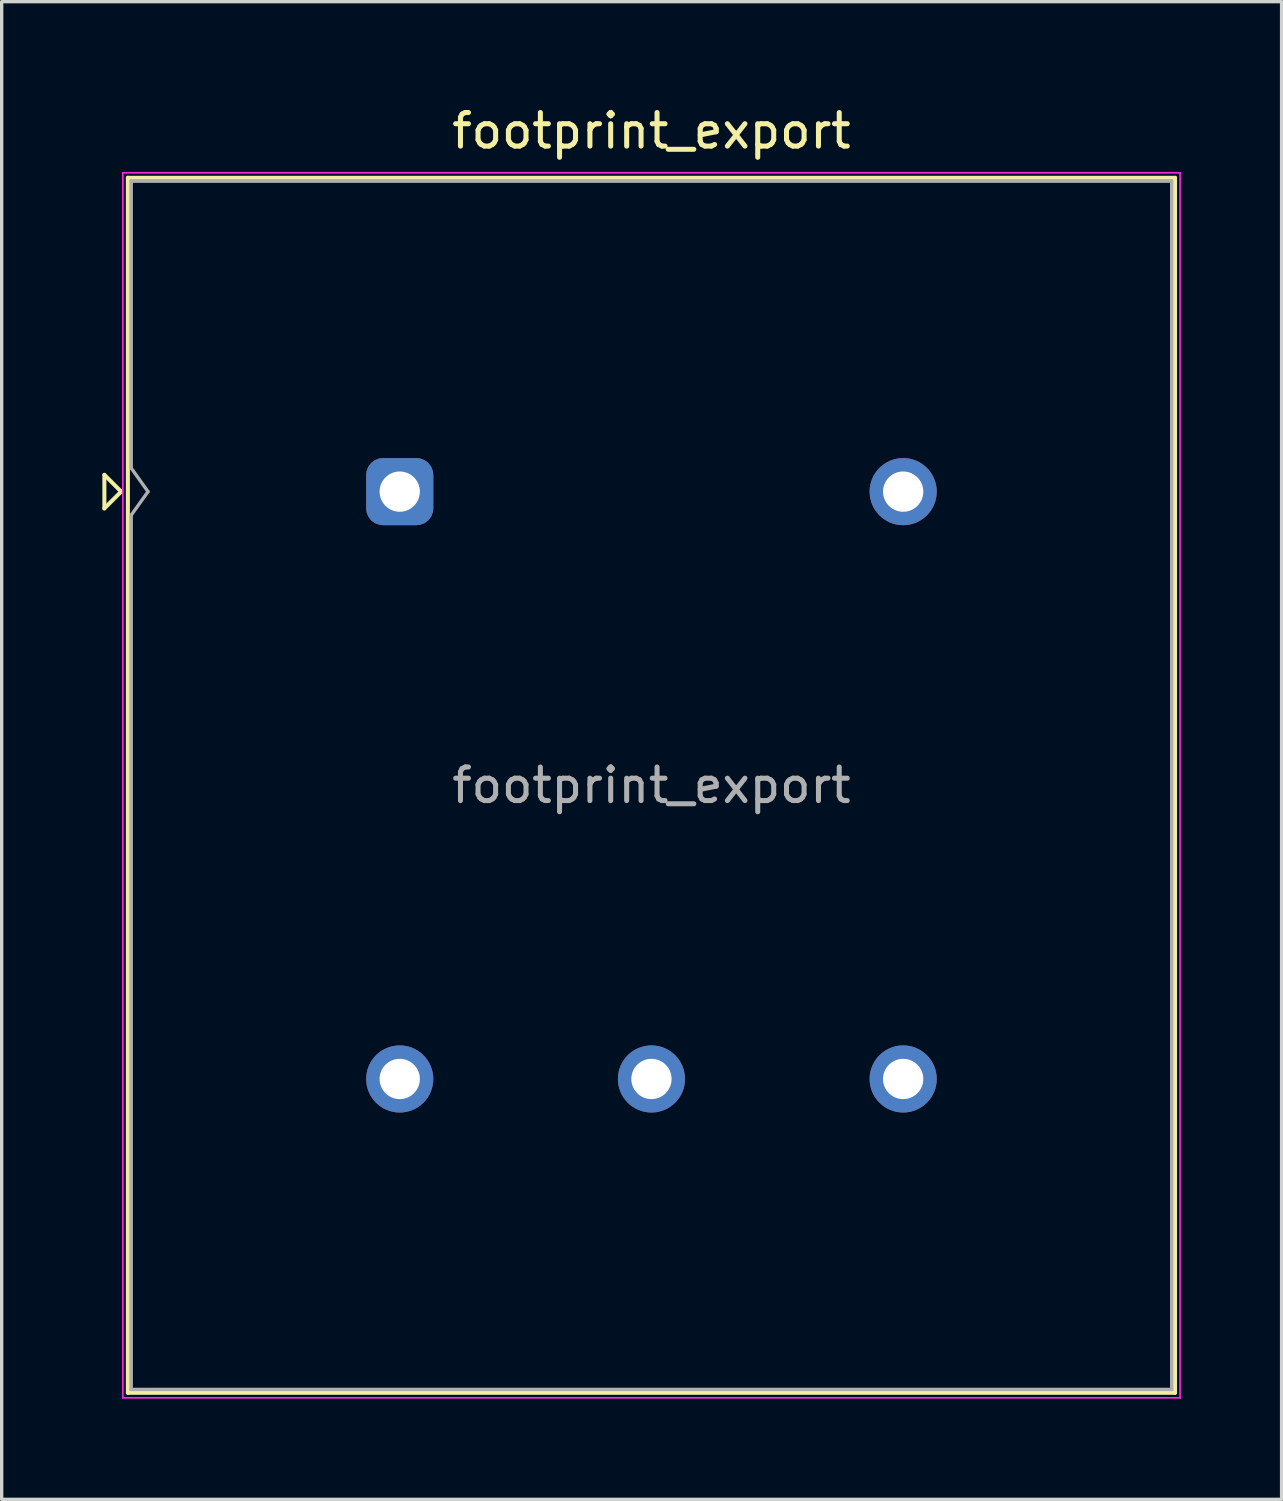
<source format=kicad_pcb>
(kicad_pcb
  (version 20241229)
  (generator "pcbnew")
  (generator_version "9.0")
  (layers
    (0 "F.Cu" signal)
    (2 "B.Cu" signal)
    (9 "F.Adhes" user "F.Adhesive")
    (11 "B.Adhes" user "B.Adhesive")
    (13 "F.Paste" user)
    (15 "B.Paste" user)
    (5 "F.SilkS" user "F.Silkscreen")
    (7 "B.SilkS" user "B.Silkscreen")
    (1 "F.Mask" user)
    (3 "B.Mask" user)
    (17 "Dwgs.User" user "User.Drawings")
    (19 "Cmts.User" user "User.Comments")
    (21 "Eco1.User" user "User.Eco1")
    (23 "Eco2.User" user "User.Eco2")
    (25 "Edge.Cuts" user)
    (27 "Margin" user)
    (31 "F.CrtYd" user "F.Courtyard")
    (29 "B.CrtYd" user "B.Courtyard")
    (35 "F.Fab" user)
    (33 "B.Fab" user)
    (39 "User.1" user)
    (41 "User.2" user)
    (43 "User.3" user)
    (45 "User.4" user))
  (footprint "footprint_export"
    (layer "F.Cu")
    (at 8.86 11.598)
    (property "Reference" "footprint_export" (at 7.5 -10.75 0) (layer "F.SilkS") (effects (font (size 1 1) (thickness 0.15))))
    (attr through_hole)
    (fp_line (start -8.8 -0.5) (end -8.3 0) (stroke (width 0.12) (type solid)) (layer "F.SilkS"))
    (fp_line (start -8.8 0.5) (end -8.8 -0.5) (stroke (width 0.12) (type solid)) (layer "F.SilkS"))
    (fp_line (start -8.3 0) (end -8.8 0.5) (stroke (width 0.12) (type solid)) (layer "F.SilkS"))
    (fp_line (start -8.1 -9.35) (end 23.1 -9.35) (stroke (width 0.12) (type solid)) (layer "F.SilkS"))
    (fp_line (start -8.1 26.85) (end -8.1 -9.35) (stroke (width 0.12) (type solid)) (layer "F.SilkS"))
    (fp_line (start 23.1 -9.35) (end 23.1 26.85) (stroke (width 0.12) (type solid)) (layer "F.SilkS"))
    (fp_line (start 23.1 26.85) (end -8.1 26.85) (stroke (width 0.12) (type solid)) (layer "F.SilkS"))
    (fp_line (start -8.25 -9.5) (end 23.25 -9.5) (stroke (width 0.05) (type solid)) (layer "F.CrtYd"))
    (fp_line (start -8.25 27) (end -8.25 -9.5) (stroke (width 0.05) (type solid)) (layer "F.CrtYd"))
    (fp_line (start 23.25 -9.5) (end 23.25 27) (stroke (width 0.05) (type solid)) (layer "F.CrtYd"))
    (fp_line (start 23.25 27) (end -8.25 27) (stroke (width 0.05) (type solid)) (layer "F.CrtYd"))
    (fp_line (start -8 -9.25) (end 23 -9.25) (stroke (width 0.1) (type solid)) (layer "F.Fab"))
    (fp_line (start -8 -0.7) (end -8 -9.25) (stroke (width 0.1) (type solid)) (layer "F.Fab"))
    (fp_line (start -8 0.7) (end -7.5 0) (stroke (width 0.1) (type solid)) (layer "F.Fab"))
    (fp_line (start -8 26.75) (end -8 0.7) (stroke (width 0.1) (type solid)) (layer "F.Fab"))
    (fp_line (start -7.5 0) (end -8 -0.7) (stroke (width 0.1) (type solid)) (layer "F.Fab"))
    (fp_line (start 23 -9.25) (end 23 26.75) (stroke (width 0.1) (type solid)) (layer "F.Fab"))
    (fp_line (start 23 26.75) (end -8 26.75) (stroke (width 0.1) (type solid)) (layer "F.Fab"))
    (fp_text user "${REFERENCE}" (at 7.5 8.75 0) (layer "F.Fab") (effects (font (size 1 1) (thickness 0.15))))
    (pad "1" thru_hole roundrect (at 0 0) (size 2 2) (drill 1.2) (layers "*.Cu" "*.Mask") (roundrect_rratio 0.25))
    (pad "2" thru_hole circle (at 0 17.5) (size 2 2) (drill 1.2) (layers "*.Cu" "*.Mask"))
    (pad "3" thru_hole circle (at 7.5 17.5) (size 2 2) (drill 1.2) (layers "*.Cu" "*.Mask"))
    (pad "4" thru_hole circle (at 15 17.5) (size 2 2) (drill 1.2) (layers "*.Cu" "*.Mask"))
    (pad "5" thru_hole circle (at 15 0) (size 2 2) (drill 1.2) (layers "*.Cu" "*.Mask")))
  (gr_rect
    (start -3 -3)
    (end 35.135 41.623)
    (stroke (width 0.1) (type default))
    (fill no)
    (layer "Edge.Cuts")))
</source>
